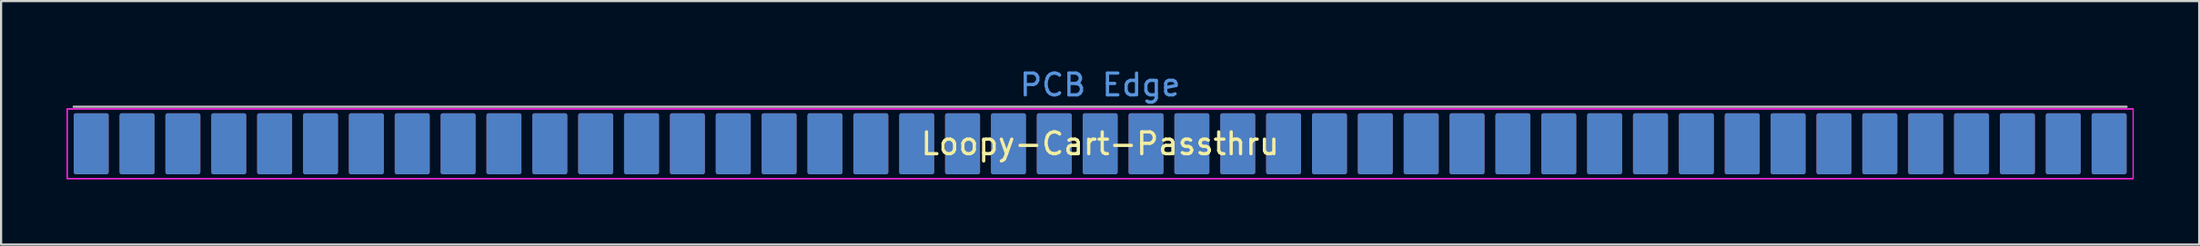
<source format=kicad_pcb>
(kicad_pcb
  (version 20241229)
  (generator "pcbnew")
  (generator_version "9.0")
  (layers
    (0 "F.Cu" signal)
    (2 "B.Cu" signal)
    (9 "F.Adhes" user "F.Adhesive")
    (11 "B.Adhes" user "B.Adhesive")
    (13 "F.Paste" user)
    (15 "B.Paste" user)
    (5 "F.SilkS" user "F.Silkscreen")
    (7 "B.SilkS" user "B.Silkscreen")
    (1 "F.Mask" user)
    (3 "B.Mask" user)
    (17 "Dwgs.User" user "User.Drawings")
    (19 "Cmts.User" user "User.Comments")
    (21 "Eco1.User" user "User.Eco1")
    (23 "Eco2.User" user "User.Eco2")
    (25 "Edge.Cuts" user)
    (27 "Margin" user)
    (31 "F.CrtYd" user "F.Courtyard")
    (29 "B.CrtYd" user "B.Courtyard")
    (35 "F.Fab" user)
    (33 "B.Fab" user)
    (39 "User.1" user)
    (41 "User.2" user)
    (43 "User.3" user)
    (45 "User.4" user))
  (footprint "Loopy-Cart-Passthru"
    (layer "F.Cu")
    (at 47.325 3.548)
    (property "Reference" "Loopy-Cart-Passthru" (at 0 0 180) (layer "F.SilkS") (effects (font (size 1 1) (thickness 0.15))))
    (attr through_hole)
    (fp_line (start -47 -1.7) (end 47 -1.7) (stroke (width 0.1) (type default)) (layer "Dwgs.User"))
    (fp_rect (start -47.3 -1.6) (end 47.3 1.6) (stroke (width 0.05) (type default)) (fill no) (layer "F.CrtYd"))
    (fp_rect (start -47.3 -1.6) (end 47.3 1.6) (stroke (width 0.05) (type default)) (fill no) (layer "F.CrtYd"))
    (fp_text user "PCB Edge" (at 0 -2.7 0) (unlocked yes) (layer "Cmts.User") (effects (font (size 1 1) (thickness 0.15))))
    (pad "1" smd roundrect (at 46.2 0) (size 1.6 2.8) (layers "B.Cu" "B.Mask") (roundrect_rratio 0.062))
    (pad "2" smd roundrect (at 44.1 0) (size 1.6 2.8) (layers "B.Cu" "B.Mask") (roundrect_rratio 0.062))
    (pad "3" smd roundrect (at 42 0) (size 1.6 2.8) (layers "B.Cu" "B.Mask") (roundrect_rratio 0.062))
    (pad "4" smd roundrect (at 39.9 0) (size 1.6 2.8) (layers "B.Cu" "B.Mask") (roundrect_rratio 0.062))
    (pad "5" smd roundrect (at 37.8 0) (size 1.6 2.8) (layers "B.Cu" "B.Mask") (roundrect_rratio 0.062))
    (pad "6" smd roundrect (at 35.7 0) (size 1.6 2.8) (layers "B.Cu" "B.Mask") (roundrect_rratio 0.062))
    (pad "7" smd roundrect (at 33.6 0) (size 1.6 2.8) (layers "B.Cu" "B.Mask") (roundrect_rratio 0.062))
    (pad "8" smd roundrect (at 31.5 0) (size 1.6 2.8) (layers "B.Cu" "B.Mask") (roundrect_rratio 0.062))
    (pad "9" smd roundrect (at 29.4 0) (size 1.6 2.8) (layers "B.Cu" "B.Mask") (roundrect_rratio 0.062))
    (pad "10" smd roundrect (at 27.3 0) (size 1.6 2.8) (layers "B.Cu" "B.Mask") (roundrect_rratio 0.062))
    (pad "11" smd roundrect (at 25.2 0) (size 1.6 2.8) (layers "B.Cu" "B.Mask") (roundrect_rratio 0.062))
    (pad "12" smd roundrect (at 23.1 0) (size 1.6 2.8) (layers "B.Cu" "B.Mask") (roundrect_rratio 0.062))
    (pad "13" smd roundrect (at 21 0) (size 1.6 2.8) (layers "B.Cu" "B.Mask") (roundrect_rratio 0.062))
    (pad "14" smd roundrect (at 18.9 0) (size 1.6 2.8) (layers "B.Cu" "B.Mask") (roundrect_rratio 0.062))
    (pad "15" smd roundrect (at 16.8 0) (size 1.6 2.8) (layers "B.Cu" "B.Mask") (roundrect_rratio 0.062))
    (pad "16" smd roundrect (at 14.7 0) (size 1.6 2.8) (layers "B.Cu" "B.Mask") (roundrect_rratio 0.062))
    (pad "17" smd roundrect (at 12.6 0) (size 1.6 2.8) (layers "B.Cu" "B.Mask") (roundrect_rratio 0.062))
    (pad "18" smd roundrect (at 10.5 0) (size 1.6 2.8) (layers "B.Cu" "B.Mask") (roundrect_rratio 0.062))
    (pad "19" smd roundrect (at 8.4 0) (size 1.6 2.8) (layers "B.Cu" "B.Mask") (roundrect_rratio 0.062))
    (pad "20" smd roundrect (at 6.3 0) (size 1.6 2.8) (layers "B.Cu" "B.Mask") (roundrect_rratio 0.062))
    (pad "21" smd roundrect (at 4.2 0) (size 1.6 2.8) (layers "B.Cu" "B.Mask") (roundrect_rratio 0.062))
    (pad "22" smd roundrect (at 2.1 0) (size 1.6 2.8) (layers "B.Cu" "B.Mask") (roundrect_rratio 0.062))
    (pad "23" smd roundrect (at 0 0) (size 1.6 2.8) (layers "B.Cu" "B.Mask") (roundrect_rratio 0.062))
    (pad "24" smd roundrect (at -2.1 0) (size 1.6 2.8) (layers "B.Cu" "B.Mask") (roundrect_rratio 0.062))
    (pad "25" smd roundrect (at -4.2 0) (size 1.6 2.8) (layers "B.Cu" "B.Mask") (roundrect_rratio 0.062))
    (pad "26" smd roundrect (at -6.3 0) (size 1.6 2.8) (layers "B.Cu" "B.Mask") (roundrect_rratio 0.062))
    (pad "27" smd roundrect (at -8.4 0) (size 1.6 2.8) (layers "B.Cu" "B.Mask") (roundrect_rratio 0.062))
    (pad "28" smd roundrect (at -10.5 0) (size 1.6 2.8) (layers "B.Cu" "B.Mask") (roundrect_rratio 0.062))
    (pad "29" smd roundrect (at -12.6 0) (size 1.6 2.8) (layers "B.Cu" "B.Mask") (roundrect_rratio 0.062))
    (pad "30" smd roundrect (at -14.7 0) (size 1.6 2.8) (layers "B.Cu" "B.Mask") (roundrect_rratio 0.062))
    (pad "31" smd roundrect (at -16.8 0) (size 1.6 2.8) (layers "B.Cu" "B.Mask") (roundrect_rratio 0.062))
    (pad "32" smd roundrect (at -18.9 0) (size 1.6 2.8) (layers "B.Cu" "B.Mask") (roundrect_rratio 0.062))
    (pad "33" smd roundrect (at -21 0) (size 1.6 2.8) (layers "B.Cu" "B.Mask") (roundrect_rratio 0.062))
    (pad "34" smd roundrect (at -23.1 0) (size 1.6 2.8) (layers "B.Cu" "B.Mask") (roundrect_rratio 0.062))
    (pad "35" smd roundrect (at -25.2 0) (size 1.6 2.8) (layers "B.Cu" "B.Mask") (roundrect_rratio 0.062))
    (pad "36" smd roundrect (at -27.3 0) (size 1.6 2.8) (layers "B.Cu" "B.Mask") (roundrect_rratio 0.062))
    (pad "37" smd roundrect (at -29.4 0) (size 1.6 2.8) (layers "B.Cu" "B.Mask") (roundrect_rratio 0.062))
    (pad "38" smd roundrect (at -31.5 0) (size 1.6 2.8) (layers "B.Cu" "B.Mask") (roundrect_rratio 0.062))
    (pad "39" smd roundrect (at -33.6 0) (size 1.6 2.8) (layers "B.Cu" "B.Mask") (roundrect_rratio 0.062))
    (pad "40" smd roundrect (at -35.7 0) (size 1.6 2.8) (layers "B.Cu" "B.Mask") (roundrect_rratio 0.062))
    (pad "41" smd roundrect (at -37.8 0) (size 1.6 2.8) (layers "B.Cu" "B.Mask") (roundrect_rratio 0.062))
    (pad "42" smd roundrect (at -39.9 0) (size 1.6 2.8) (layers "B.Cu" "B.Mask") (roundrect_rratio 0.062))
    (pad "43" smd roundrect (at -42 0) (size 1.6 2.8) (layers "B.Cu" "B.Mask") (roundrect_rratio 0.062))
    (pad "44" smd roundrect (at -44.1 0) (size 1.6 2.8) (layers "B.Cu" "B.Mask") (roundrect_rratio 0.062))
    (pad "45" smd roundrect (at -46.2 0) (size 1.6 2.8) (layers "B.Cu" "B.Mask") (roundrect_rratio 0.062))
    (pad "46" smd roundrect (at 46.2 0) (size 1.6 2.8) (layers "F.Cu" "F.Mask") (roundrect_rratio 0.062))
    (pad "47" smd roundrect (at 44.1 0) (size 1.6 2.8) (layers "F.Cu" "F.Mask") (roundrect_rratio 0.062))
    (pad "48" smd roundrect (at 42 0) (size 1.6 2.8) (layers "F.Cu" "F.Mask") (roundrect_rratio 0.062))
    (pad "49" smd roundrect (at 39.9 0) (size 1.6 2.8) (layers "F.Cu" "F.Mask") (roundrect_rratio 0.062))
    (pad "50" smd roundrect (at 37.8 0) (size 1.6 2.8) (layers "F.Cu" "F.Mask") (roundrect_rratio 0.062))
    (pad "51" smd roundrect (at 35.7 0) (size 1.6 2.8) (layers "F.Cu" "F.Mask") (roundrect_rratio 0.062))
    (pad "52" smd roundrect (at 33.6 0) (size 1.6 2.8) (layers "F.Cu" "F.Mask") (roundrect_rratio 0.062))
    (pad "53" smd roundrect (at 31.5 0) (size 1.6 2.8) (layers "F.Cu" "F.Mask") (roundrect_rratio 0.062))
    (pad "54" smd roundrect (at 29.4 0) (size 1.6 2.8) (layers "F.Cu" "F.Mask") (roundrect_rratio 0.062))
    (pad "55" smd roundrect (at 27.3 0) (size 1.6 2.8) (layers "F.Cu" "F.Mask") (roundrect_rratio 0.062))
    (pad "56" smd roundrect (at 25.2 0) (size 1.6 2.8) (layers "F.Cu" "F.Mask") (roundrect_rratio 0.062))
    (pad "57" smd roundrect (at 23.1 0) (size 1.6 2.8) (layers "F.Cu" "F.Mask") (roundrect_rratio 0.062))
    (pad "58" smd roundrect (at 21 0) (size 1.6 2.8) (layers "F.Cu" "F.Mask") (roundrect_rratio 0.062))
    (pad "59" smd roundrect (at 18.9 0) (size 1.6 2.8) (layers "F.Cu" "F.Mask") (roundrect_rratio 0.062))
    (pad "60" smd roundrect (at 16.8 0) (size 1.6 2.8) (layers "F.Cu" "F.Mask") (roundrect_rratio 0.062))
    (pad "61" smd roundrect (at 14.7 0) (size 1.6 2.8) (layers "F.Cu" "F.Mask") (roundrect_rratio 0.062))
    (pad "62" smd roundrect (at 12.6 0) (size 1.6 2.8) (layers "F.Cu" "F.Mask") (roundrect_rratio 0.062))
    (pad "63" smd roundrect (at 10.5 0) (size 1.6 2.8) (layers "F.Cu" "F.Mask") (roundrect_rratio 0.062))
    (pad "64" smd roundrect (at 8.4 0) (size 1.6 2.8) (layers "F.Cu" "F.Mask") (roundrect_rratio 0.062))
    (pad "65" smd roundrect (at 6.3 0) (size 1.6 2.8) (layers "F.Cu" "F.Mask") (roundrect_rratio 0.062))
    (pad "66" smd roundrect (at 4.2 0) (size 1.6 2.8) (layers "F.Cu" "F.Mask") (roundrect_rratio 0.062))
    (pad "67" smd roundrect (at 2.1 0) (size 1.6 2.8) (layers "F.Cu" "F.Mask") (roundrect_rratio 0.062))
    (pad "68" smd roundrect (at 0 0) (size 1.6 2.8) (layers "F.Cu" "F.Mask") (roundrect_rratio 0.062))
    (pad "69" smd roundrect (at -2.1 0) (size 1.6 2.8) (layers "F.Cu" "F.Mask") (roundrect_rratio 0.062))
    (pad "70" smd roundrect (at -4.2 0) (size 1.6 2.8) (layers "F.Cu" "F.Mask") (roundrect_rratio 0.062))
    (pad "71" smd roundrect (at -6.3 0) (size 1.6 2.8) (layers "F.Cu" "F.Mask") (roundrect_rratio 0.062))
    (pad "72" smd roundrect (at -8.4 0) (size 1.6 2.8) (layers "F.Cu" "F.Mask") (roundrect_rratio 0.062))
    (pad "73" smd roundrect (at -10.5 0) (size 1.6 2.8) (layers "F.Cu" "F.Mask") (roundrect_rratio 0.062))
    (pad "74" smd roundrect (at -12.6 0) (size 1.6 2.8) (layers "F.Cu" "F.Mask") (roundrect_rratio 0.062))
    (pad "75" smd roundrect (at -14.7 0) (size 1.6 2.8) (layers "F.Cu" "F.Mask") (roundrect_rratio 0.062))
    (pad "76" smd roundrect (at -16.8 0) (size 1.6 2.8) (layers "F.Cu" "F.Mask") (roundrect_rratio 0.062))
    (pad "77" smd roundrect (at -18.9 0) (size 1.6 2.8) (layers "F.Cu" "F.Mask") (roundrect_rratio 0.062))
    (pad "78" smd roundrect (at -21 0) (size 1.6 2.8) (layers "F.Cu" "F.Mask") (roundrect_rratio 0.062))
    (pad "79" smd roundrect (at -23.1 0) (size 1.6 2.8) (layers "F.Cu" "F.Mask") (roundrect_rratio 0.062))
    (pad "80" smd roundrect (at -25.2 0) (size 1.6 2.8) (layers "F.Cu" "F.Mask") (roundrect_rratio 0.062))
    (pad "81" smd roundrect (at -27.3 0) (size 1.6 2.8) (layers "F.Cu" "F.Mask") (roundrect_rratio 0.062))
    (pad "82" smd roundrect (at -29.4 0) (size 1.6 2.8) (layers "F.Cu" "F.Mask") (roundrect_rratio 0.062))
    (pad "83" smd roundrect (at -31.5 0) (size 1.6 2.8) (layers "F.Cu" "F.Mask") (roundrect_rratio 0.062))
    (pad "84" smd roundrect (at -33.6 0) (size 1.6 2.8) (layers "F.Cu" "F.Mask") (roundrect_rratio 0.062))
    (pad "85" smd roundrect (at -35.7 0) (size 1.6 2.8) (layers "F.Cu" "F.Mask") (roundrect_rratio 0.062))
    (pad "86" smd roundrect (at -37.8 0) (size 1.6 2.8) (layers "F.Cu" "F.Mask") (roundrect_rratio 0.062))
    (pad "87" smd roundrect (at -39.9 0) (size 1.6 2.8) (layers "F.Cu" "F.Mask") (roundrect_rratio 0.062))
    (pad "88" smd roundrect (at -42 0) (size 1.6 2.8) (layers "F.Cu" "F.Mask") (roundrect_rratio 0.062))
    (pad "89" smd roundrect (at -44.1 0) (size 1.6 2.8) (layers "F.Cu" "F.Mask") (roundrect_rratio 0.062))
    (pad "90" smd roundrect (at -46.2 0) (size 1.6 2.8) (layers "F.Cu" "F.Mask") (roundrect_rratio 0.062)))
  (gr_rect
    (start -3 -3)
    (end 97.65 8.173)
    (stroke (width 0.1) (type default))
    (fill no)
    (layer "Edge.Cuts")))
</source>
